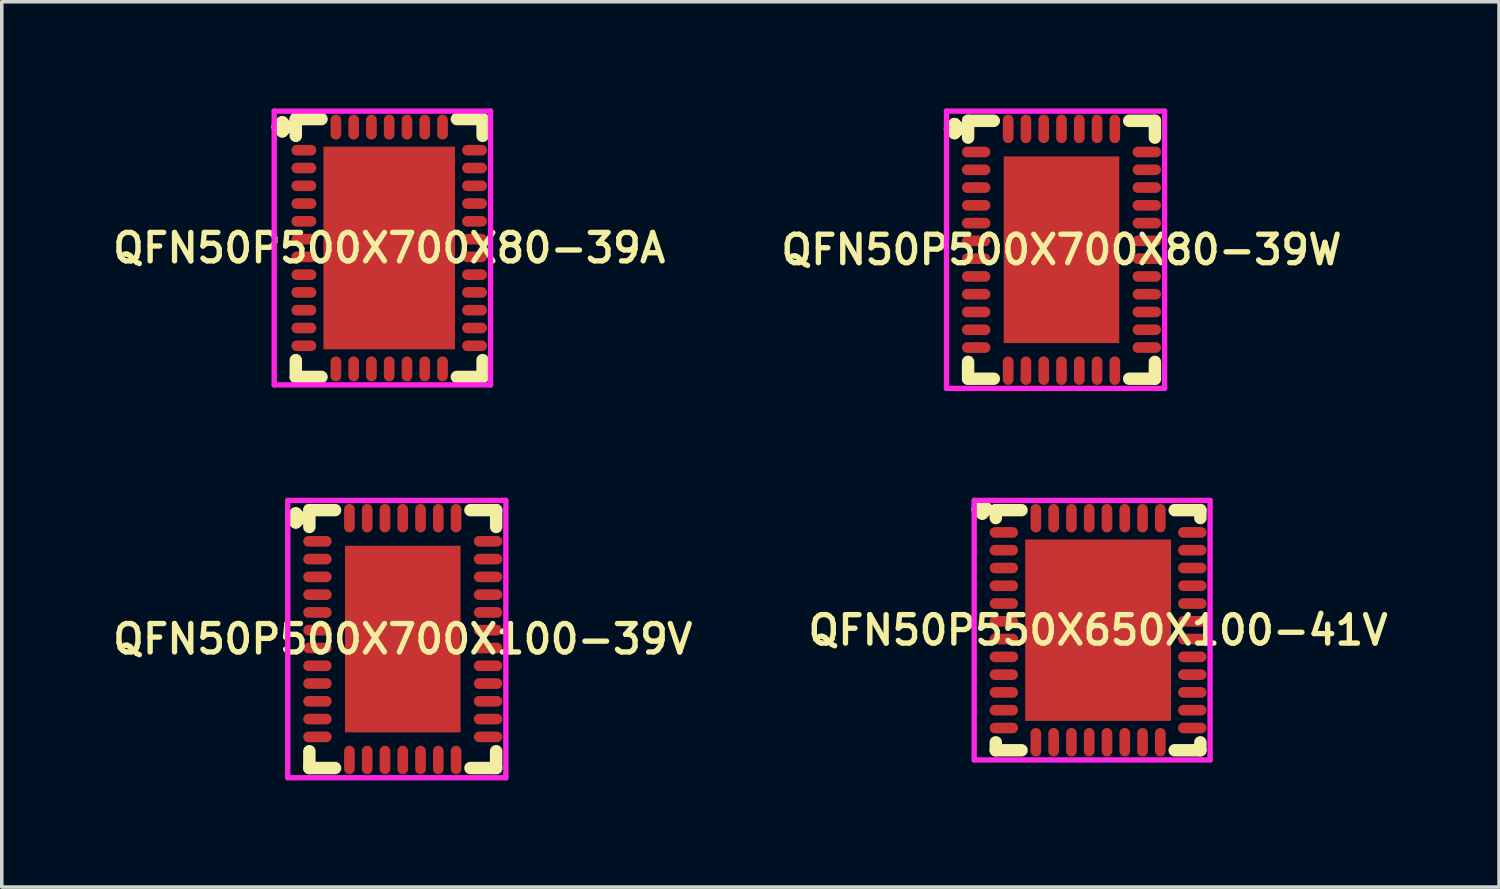
<source format=kicad_pcb>
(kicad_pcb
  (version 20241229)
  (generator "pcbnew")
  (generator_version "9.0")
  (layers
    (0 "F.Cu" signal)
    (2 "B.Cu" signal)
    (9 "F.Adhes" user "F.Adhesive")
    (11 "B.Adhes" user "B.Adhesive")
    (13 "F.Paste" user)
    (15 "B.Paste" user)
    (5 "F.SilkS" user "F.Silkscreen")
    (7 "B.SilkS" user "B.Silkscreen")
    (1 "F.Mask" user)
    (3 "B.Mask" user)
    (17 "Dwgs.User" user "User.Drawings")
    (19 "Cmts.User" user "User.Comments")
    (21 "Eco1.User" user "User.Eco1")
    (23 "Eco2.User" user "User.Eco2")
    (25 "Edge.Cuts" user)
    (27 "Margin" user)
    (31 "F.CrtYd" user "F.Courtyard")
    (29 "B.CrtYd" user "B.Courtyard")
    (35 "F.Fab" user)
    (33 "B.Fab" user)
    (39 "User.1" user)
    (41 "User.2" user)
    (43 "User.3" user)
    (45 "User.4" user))
  (footprint "QFN50P500X700X80-39W"
    (layer "F.Cu")
    (at 26.806 3.975)
    (property "Reference" "QFN50P500X700X80-39W" (at 0 0 0) (layer "F.SilkS") (effects (font (size 0.8 0.8) (thickness 0.15))))
    (attr smd)
    (fp_line (start -3.135 -3.408) (end -3.008 -3.535) (stroke (width 0.35) (type solid)) (layer "F.SilkS"))
    (fp_line (start -3.008 -3.535) (end -2.881 -3.408) (stroke (width 0.35) (type solid)) (layer "F.SilkS"))
    (fp_line (start -3.008 -3.281) (end -3.135 -3.408) (stroke (width 0.35) (type solid)) (layer "F.SilkS"))
    (fp_line (start -2.881 -3.408) (end -3.008 -3.281) (stroke (width 0.35) (type solid)) (layer "F.SilkS"))
    (fp_line (start -2.627 -3.627) (end -1.904 -3.627) (stroke (width 0.35) (type solid)) (layer "F.SilkS"))
    (fp_line (start -2.627 -3.154) (end -2.627 -3.627) (stroke (width 0.35) (type solid)) (layer "F.SilkS"))
    (fp_line (start -2.627 3.154) (end -2.627 3.627) (stroke (width 0.35) (type solid)) (layer "F.SilkS"))
    (fp_line (start -2.627 3.627) (end -1.904 3.627) (stroke (width 0.35) (type solid)) (layer "F.SilkS"))
    (fp_line (start 1.904 -3.627) (end 2.627 -3.627) (stroke (width 0.35) (type solid)) (layer "F.SilkS"))
    (fp_line (start 1.904 3.627) (end 2.627 3.627) (stroke (width 0.35) (type solid)) (layer "F.SilkS"))
    (fp_line (start 2.627 -3.627) (end 2.627 -3.154) (stroke (width 0.35) (type solid)) (layer "F.SilkS"))
    (fp_line (start 2.627 3.627) (end 2.627 3.154) (stroke (width 0.35) (type solid)) (layer "F.SilkS"))
    (fp_line (start -3.235 -3.9) (end 2.9 -3.9) (stroke (width 0.15) (type solid)) (layer "F.CrtYd"))
    (fp_line (start -3.235 3.9) (end -3.235 -3.9) (stroke (width 0.15) (type solid)) (layer "F.CrtYd"))
    (fp_line (start 2.9 -3.9) (end 2.9 3.9) (stroke (width 0.15) (type solid)) (layer "F.CrtYd"))
    (fp_line (start 2.9 3.9) (end -3.235 3.9) (stroke (width 0.15) (type solid)) (layer "F.CrtYd"))
    (pad "1" smd oval (at -2.4 -2.75) (size 0.8 0.3) (layers "F.Cu" "F.Mask" "F.Paste"))
    (pad "2" smd oval (at -2.4 -2.25) (size 0.8 0.3) (layers "F.Cu" "F.Mask" "F.Paste"))
    (pad "3" smd oval (at -2.4 -1.75) (size 0.8 0.3) (layers "F.Cu" "F.Mask" "F.Paste"))
    (pad "4" smd oval (at -2.4 -1.25) (size 0.8 0.3) (layers "F.Cu" "F.Mask" "F.Paste"))
    (pad "5" smd oval (at -2.4 -0.75) (size 0.8 0.3) (layers "F.Cu" "F.Mask" "F.Paste"))
    (pad "6" smd oval (at -2.4 -0.25) (size 0.8 0.3) (layers "F.Cu" "F.Mask" "F.Paste"))
    (pad "7" smd oval (at -2.4 0.25) (size 0.8 0.3) (layers "F.Cu" "F.Mask" "F.Paste"))
    (pad "8" smd oval (at -2.4 0.75) (size 0.8 0.3) (layers "F.Cu" "F.Mask" "F.Paste"))
    (pad "9" smd oval (at -2.4 1.25) (size 0.8 0.3) (layers "F.Cu" "F.Mask" "F.Paste"))
    (pad "10" smd oval (at -2.4 1.75) (size 0.8 0.3) (layers "F.Cu" "F.Mask" "F.Paste"))
    (pad "11" smd oval (at -2.4 2.25) (size 0.8 0.3) (layers "F.Cu" "F.Mask" "F.Paste"))
    (pad "12" smd oval (at -2.4 2.75) (size 0.8 0.3) (layers "F.Cu" "F.Mask" "F.Paste"))
    (pad "13" smd oval (at -1.5 3.4) (size 0.3 0.8) (layers "F.Cu" "F.Mask" "F.Paste"))
    (pad "14" smd oval (at -1 3.4) (size 0.3 0.8) (layers "F.Cu" "F.Mask" "F.Paste"))
    (pad "15" smd oval (at -0.5 3.4) (size 0.3 0.8) (layers "F.Cu" "F.Mask" "F.Paste"))
    (pad "16" smd oval (at 0 3.4) (size 0.3 0.8) (layers "F.Cu" "F.Mask" "F.Paste"))
    (pad "17" smd oval (at 0.5 3.4) (size 0.3 0.8) (layers "F.Cu" "F.Mask" "F.Paste"))
    (pad "18" smd oval (at 1 3.4) (size 0.3 0.8) (layers "F.Cu" "F.Mask" "F.Paste"))
    (pad "19" smd oval (at 1.5 3.4) (size 0.3 0.8) (layers "F.Cu" "F.Mask" "F.Paste"))
    (pad "20" smd oval (at 2.4 2.75) (size 0.8 0.3) (layers "F.Cu" "F.Mask" "F.Paste"))
    (pad "21" smd oval (at 2.4 2.25) (size 0.8 0.3) (layers "F.Cu" "F.Mask" "F.Paste"))
    (pad "22" smd oval (at 2.4 1.75) (size 0.8 0.3) (layers "F.Cu" "F.Mask" "F.Paste"))
    (pad "23" smd oval (at 2.4 1.25) (size 0.8 0.3) (layers "F.Cu" "F.Mask" "F.Paste"))
    (pad "24" smd oval (at 2.4 0.75) (size 0.8 0.3) (layers "F.Cu" "F.Mask" "F.Paste"))
    (pad "25" smd oval (at 2.4 0.25) (size 0.8 0.3) (layers "F.Cu" "F.Mask" "F.Paste"))
    (pad "26" smd oval (at 2.4 -0.25) (size 0.8 0.3) (layers "F.Cu" "F.Mask" "F.Paste"))
    (pad "27" smd oval (at 2.4 -0.75) (size 0.8 0.3) (layers "F.Cu" "F.Mask" "F.Paste"))
    (pad "28" smd oval (at 2.4 -1.25) (size 0.8 0.3) (layers "F.Cu" "F.Mask" "F.Paste"))
    (pad "29" smd oval (at 2.4 -1.75) (size 0.8 0.3) (layers "F.Cu" "F.Mask" "F.Paste"))
    (pad "30" smd oval (at 2.4 -2.25) (size 0.8 0.3) (layers "F.Cu" "F.Mask" "F.Paste"))
    (pad "31" smd oval (at 2.4 -2.75) (size 0.8 0.3) (layers "F.Cu" "F.Mask" "F.Paste"))
    (pad "32" smd oval (at 1.5 -3.4) (size 0.3 0.8) (layers "F.Cu" "F.Mask" "F.Paste"))
    (pad "33" smd oval (at 1 -3.4) (size 0.3 0.8) (layers "F.Cu" "F.Mask" "F.Paste"))
    (pad "34" smd oval (at 0.5 -3.4) (size 0.3 0.8) (layers "F.Cu" "F.Mask" "F.Paste"))
    (pad "35" smd oval (at 0 -3.4) (size 0.3 0.8) (layers "F.Cu" "F.Mask" "F.Paste"))
    (pad "36" smd oval (at -0.5 -3.4) (size 0.3 0.8) (layers "F.Cu" "F.Mask" "F.Paste"))
    (pad "37" smd oval (at -1 -3.4) (size 0.3 0.8) (layers "F.Cu" "F.Mask" "F.Paste"))
    (pad "38" smd oval (at -1.5 -3.4) (size 0.3 0.8) (layers "F.Cu" "F.Mask" "F.Paste"))
    (pad "39" smd rect (at 0 0) (size 3.25 5.25) (layers "F.Cu" "F.Mask" "F.Paste")))
  (footprint "QFN50P550X650X100-41V"
    (layer "F.Cu")
    (at 27.835 14.675)
    (property "Reference" "QFN50P550X650X100-41V" (at 0 0 0) (layer "F.SilkS") (effects (font (size 0.8 0.8) (thickness 0.15))))
    (attr through_hole)
    (fp_line (start -3.385 -3.408) (end -3.258 -3.535) (stroke (width 0.35) (type solid)) (layer "F.SilkS"))
    (fp_line (start -3.258 -3.535) (end -3.131 -3.408) (stroke (width 0.35) (type solid)) (layer "F.SilkS"))
    (fp_line (start -3.258 -3.281) (end -3.385 -3.408) (stroke (width 0.35) (type solid)) (layer "F.SilkS"))
    (fp_line (start -3.131 -3.408) (end -3.258 -3.281) (stroke (width 0.35) (type solid)) (layer "F.SilkS"))
    (fp_line (start -2.877 -3.377) (end -2.154 -3.377) (stroke (width 0.35) (type solid)) (layer "F.SilkS"))
    (fp_line (start -2.877 -3.154) (end -2.877 -3.377) (stroke (width 0.35) (type solid)) (layer "F.SilkS"))
    (fp_line (start -2.877 3.154) (end -2.877 3.377) (stroke (width 0.35) (type solid)) (layer "F.SilkS"))
    (fp_line (start -2.877 3.377) (end -2.154 3.377) (stroke (width 0.35) (type solid)) (layer "F.SilkS"))
    (fp_line (start 2.154 -3.377) (end 2.877 -3.377) (stroke (width 0.35) (type solid)) (layer "F.SilkS"))
    (fp_line (start 2.154 3.377) (end 2.877 3.377) (stroke (width 0.35) (type solid)) (layer "F.SilkS"))
    (fp_line (start 2.877 -3.377) (end 2.877 -3.154) (stroke (width 0.35) (type solid)) (layer "F.SilkS"))
    (fp_line (start 2.877 3.377) (end 2.877 3.154) (stroke (width 0.35) (type solid)) (layer "F.SilkS"))
    (fp_line (start -3.485 -3.65) (end 3.15 -3.65) (stroke (width 0.15) (type solid)) (layer "F.CrtYd"))
    (fp_line (start -3.485 3.65) (end -3.485 -3.65) (stroke (width 0.15) (type solid)) (layer "F.CrtYd"))
    (fp_line (start 3.15 -3.65) (end 3.15 3.65) (stroke (width 0.15) (type solid)) (layer "F.CrtYd"))
    (fp_line (start 3.15 3.65) (end -3.485 3.65) (stroke (width 0.15) (type solid)) (layer "F.CrtYd"))
    (pad "1" smd oval (at -2.65 -2.75) (size 0.8 0.3) (layers "F.Cu" "F.Mask" "F.Paste"))
    (pad "2" smd oval (at -2.65 -2.25) (size 0.8 0.3) (layers "F.Cu" "F.Mask" "F.Paste"))
    (pad "3" smd oval (at -2.65 -1.75) (size 0.8 0.3) (layers "F.Cu" "F.Mask" "F.Paste"))
    (pad "4" smd oval (at -2.65 -1.25) (size 0.8 0.3) (layers "F.Cu" "F.Mask" "F.Paste"))
    (pad "5" smd oval (at -2.65 -0.75) (size 0.8 0.3) (layers "F.Cu" "F.Mask" "F.Paste"))
    (pad "6" smd oval (at -2.65 -0.25) (size 0.8 0.3) (layers "F.Cu" "F.Mask" "F.Paste"))
    (pad "7" smd oval (at -2.65 0.25) (size 0.8 0.3) (layers "F.Cu" "F.Mask" "F.Paste"))
    (pad "8" smd oval (at -2.65 0.75) (size 0.8 0.3) (layers "F.Cu" "F.Mask" "F.Paste"))
    (pad "9" smd oval (at -2.65 1.25) (size 0.8 0.3) (layers "F.Cu" "F.Mask" "F.Paste"))
    (pad "10" smd oval (at -2.65 1.75) (size 0.8 0.3) (layers "F.Cu" "F.Mask" "F.Paste"))
    (pad "11" smd oval (at -2.65 2.25) (size 0.8 0.3) (layers "F.Cu" "F.Mask" "F.Paste"))
    (pad "12" smd oval (at -2.65 2.75) (size 0.8 0.3) (layers "F.Cu" "F.Mask" "F.Paste"))
    (pad "13" smd oval (at -1.75 3.15) (size 0.3 0.8) (layers "F.Cu" "F.Mask" "F.Paste"))
    (pad "14" smd oval (at -1.25 3.15) (size 0.3 0.8) (layers "F.Cu" "F.Mask" "F.Paste"))
    (pad "15" smd oval (at -0.75 3.15) (size 0.3 0.8) (layers "F.Cu" "F.Mask" "F.Paste"))
    (pad "16" smd oval (at -0.25 3.15) (size 0.3 0.8) (layers "F.Cu" "F.Mask" "F.Paste"))
    (pad "17" smd oval (at 0.25 3.15) (size 0.3 0.8) (layers "F.Cu" "F.Mask" "F.Paste"))
    (pad "18" smd oval (at 0.75 3.15) (size 0.3 0.8) (layers "F.Cu" "F.Mask" "F.Paste"))
    (pad "19" smd oval (at 1.25 3.15) (size 0.3 0.8) (layers "F.Cu" "F.Mask" "F.Paste"))
    (pad "20" smd oval (at 1.75 3.15) (size 0.3 0.8) (layers "F.Cu" "F.Mask" "F.Paste"))
    (pad "21" smd oval (at 2.65 2.75) (size 0.8 0.3) (layers "F.Cu" "F.Mask" "F.Paste"))
    (pad "22" smd oval (at 2.65 2.25) (size 0.8 0.3) (layers "F.Cu" "F.Mask" "F.Paste"))
    (pad "23" smd oval (at 2.65 1.75) (size 0.8 0.3) (layers "F.Cu" "F.Mask" "F.Paste"))
    (pad "24" smd oval (at 2.65 1.25) (size 0.8 0.3) (layers "F.Cu" "F.Mask" "F.Paste"))
    (pad "25" smd oval (at 2.65 0.75) (size 0.8 0.3) (layers "F.Cu" "F.Mask" "F.Paste"))
    (pad "26" smd oval (at 2.65 0.25) (size 0.8 0.3) (layers "F.Cu" "F.Mask" "F.Paste"))
    (pad "27" smd oval (at 2.65 -0.25) (size 0.8 0.3) (layers "F.Cu" "F.Mask" "F.Paste"))
    (pad "28" smd oval (at 2.65 -0.75) (size 0.8 0.3) (layers "F.Cu" "F.Mask" "F.Paste"))
    (pad "29" smd oval (at 2.65 -1.25) (size 0.8 0.3) (layers "F.Cu" "F.Mask" "F.Paste"))
    (pad "30" smd oval (at 2.65 -1.75) (size 0.8 0.3) (layers "F.Cu" "F.Mask" "F.Paste"))
    (pad "31" smd oval (at 2.65 -2.25) (size 0.8 0.3) (layers "F.Cu" "F.Mask" "F.Paste"))
    (pad "32" smd oval (at 2.65 -2.75) (size 0.8 0.3) (layers "F.Cu" "F.Mask" "F.Paste"))
    (pad "33" smd oval (at 1.75 -3.15) (size 0.3 0.8) (layers "F.Cu" "F.Mask" "F.Paste"))
    (pad "34" smd oval (at 1.25 -3.15) (size 0.3 0.8) (layers "F.Cu" "F.Mask" "F.Paste"))
    (pad "35" smd oval (at 0.75 -3.15) (size 0.3 0.8) (layers "F.Cu" "F.Mask" "F.Paste"))
    (pad "36" smd oval (at 0.25 -3.15) (size 0.3 0.8) (layers "F.Cu" "F.Mask" "F.Paste"))
    (pad "37" smd oval (at -0.25 -3.15) (size 0.3 0.8) (layers "F.Cu" "F.Mask" "F.Paste"))
    (pad "38" smd oval (at -0.75 -3.15) (size 0.3 0.8) (layers "F.Cu" "F.Mask" "F.Paste"))
    (pad "39" smd oval (at -1.25 -3.15) (size 0.3 0.8) (layers "F.Cu" "F.Mask" "F.Paste"))
    (pad "40" smd oval (at -1.75 -3.15) (size 0.3 0.8) (layers "F.Cu" "F.Mask" "F.Paste"))
    (pad "41" smd rect (at 0 0) (size 4.1 5.1) (layers "F.Cu" "F.Mask" "F.Paste")))
  (footprint "QFN50P500X700X80-39A"
    (layer "F.Cu")
    (at 7.897 3.925)
    (property "Reference" "QFN50P500X700X80-39A" (at 0 0 0) (layer "F.SilkS") (effects (font (size 0.8 0.8) (thickness 0.15))))
    (attr through_hole)
    (fp_line (start -3.135 -3.408) (end -3.008 -3.535) (stroke (width 0.35) (type solid)) (layer "F.SilkS"))
    (fp_line (start -3.008 -3.535) (end -2.881 -3.408) (stroke (width 0.35) (type solid)) (layer "F.SilkS"))
    (fp_line (start -3.008 -3.281) (end -3.135 -3.408) (stroke (width 0.35) (type solid)) (layer "F.SilkS"))
    (fp_line (start -2.881 -3.408) (end -3.008 -3.281) (stroke (width 0.35) (type solid)) (layer "F.SilkS"))
    (fp_line (start -2.627 -3.627) (end -1.904 -3.627) (stroke (width 0.35) (type solid)) (layer "F.SilkS"))
    (fp_line (start -2.627 -3.154) (end -2.627 -3.627) (stroke (width 0.35) (type solid)) (layer "F.SilkS"))
    (fp_line (start -2.627 3.154) (end -2.627 3.627) (stroke (width 0.35) (type solid)) (layer "F.SilkS"))
    (fp_line (start -2.627 3.627) (end -1.904 3.627) (stroke (width 0.35) (type solid)) (layer "F.SilkS"))
    (fp_line (start 1.904 -3.627) (end 2.627 -3.627) (stroke (width 0.35) (type solid)) (layer "F.SilkS"))
    (fp_line (start 1.904 3.627) (end 2.627 3.627) (stroke (width 0.35) (type solid)) (layer "F.SilkS"))
    (fp_line (start 2.627 -3.627) (end 2.627 -3.154) (stroke (width 0.35) (type solid)) (layer "F.SilkS"))
    (fp_line (start 2.627 3.627) (end 2.627 3.154) (stroke (width 0.35) (type solid)) (layer "F.SilkS"))
    (fp_line (start -3.235 -3.85) (end 2.85 -3.85) (stroke (width 0.15) (type solid)) (layer "F.CrtYd"))
    (fp_line (start -3.235 3.85) (end -3.235 -3.85) (stroke (width 0.15) (type solid)) (layer "F.CrtYd"))
    (fp_line (start 2.85 -3.85) (end 2.85 3.85) (stroke (width 0.15) (type solid)) (layer "F.CrtYd"))
    (fp_line (start 2.85 3.85) (end -3.235 3.85) (stroke (width 0.15) (type solid)) (layer "F.CrtYd"))
    (pad "1" smd oval (at -2.4 -2.75) (size 0.7 0.3) (layers "F.Cu" "F.Mask" "F.Paste"))
    (pad "2" smd oval (at -2.4 -2.25) (size 0.7 0.3) (layers "F.Cu" "F.Mask" "F.Paste"))
    (pad "3" smd oval (at -2.4 -1.75) (size 0.7 0.3) (layers "F.Cu" "F.Mask" "F.Paste"))
    (pad "4" smd oval (at -2.4 -1.25) (size 0.7 0.3) (layers "F.Cu" "F.Mask" "F.Paste"))
    (pad "5" smd oval (at -2.4 -0.75) (size 0.7 0.3) (layers "F.Cu" "F.Mask" "F.Paste"))
    (pad "6" smd oval (at -2.4 -0.25) (size 0.7 0.3) (layers "F.Cu" "F.Mask" "F.Paste"))
    (pad "7" smd oval (at -2.4 0.25) (size 0.7 0.3) (layers "F.Cu" "F.Mask" "F.Paste"))
    (pad "8" smd oval (at -2.4 0.75) (size 0.7 0.3) (layers "F.Cu" "F.Mask" "F.Paste"))
    (pad "9" smd oval (at -2.4 1.25) (size 0.7 0.3) (layers "F.Cu" "F.Mask" "F.Paste"))
    (pad "10" smd oval (at -2.4 1.75) (size 0.7 0.3) (layers "F.Cu" "F.Mask" "F.Paste"))
    (pad "11" smd oval (at -2.4 2.25) (size 0.7 0.3) (layers "F.Cu" "F.Mask" "F.Paste"))
    (pad "12" smd oval (at -2.4 2.75) (size 0.7 0.3) (layers "F.Cu" "F.Mask" "F.Paste"))
    (pad "13" smd oval (at -1.5 3.4) (size 0.3 0.7) (layers "F.Cu" "F.Mask" "F.Paste"))
    (pad "14" smd oval (at -1 3.4) (size 0.3 0.7) (layers "F.Cu" "F.Mask" "F.Paste"))
    (pad "15" smd oval (at -0.5 3.4) (size 0.3 0.7) (layers "F.Cu" "F.Mask" "F.Paste"))
    (pad "16" smd oval (at 0 3.4) (size 0.3 0.7) (layers "F.Cu" "F.Mask" "F.Paste"))
    (pad "17" smd oval (at 0.5 3.4) (size 0.3 0.7) (layers "F.Cu" "F.Mask" "F.Paste"))
    (pad "18" smd oval (at 1 3.4) (size 0.3 0.7) (layers "F.Cu" "F.Mask" "F.Paste"))
    (pad "19" smd oval (at 1.5 3.4) (size 0.3 0.7) (layers "F.Cu" "F.Mask" "F.Paste"))
    (pad "20" smd oval (at 2.4 2.75) (size 0.7 0.3) (layers "F.Cu" "F.Mask" "F.Paste"))
    (pad "21" smd oval (at 2.4 2.25) (size 0.7 0.3) (layers "F.Cu" "F.Mask" "F.Paste"))
    (pad "22" smd oval (at 2.4 1.75) (size 0.7 0.3) (layers "F.Cu" "F.Mask" "F.Paste"))
    (pad "23" smd oval (at 2.4 1.25) (size 0.7 0.3) (layers "F.Cu" "F.Mask" "F.Paste"))
    (pad "24" smd oval (at 2.4 0.75) (size 0.7 0.3) (layers "F.Cu" "F.Mask" "F.Paste"))
    (pad "25" smd oval (at 2.4 0.25) (size 0.7 0.3) (layers "F.Cu" "F.Mask" "F.Paste"))
    (pad "26" smd oval (at 2.4 -0.25) (size 0.7 0.3) (layers "F.Cu" "F.Mask" "F.Paste"))
    (pad "27" smd oval (at 2.4 -0.75) (size 0.7 0.3) (layers "F.Cu" "F.Mask" "F.Paste"))
    (pad "28" smd oval (at 2.4 -1.25) (size 0.7 0.3) (layers "F.Cu" "F.Mask" "F.Paste"))
    (pad "29" smd oval (at 2.4 -1.75) (size 0.7 0.3) (layers "F.Cu" "F.Mask" "F.Paste"))
    (pad "30" smd oval (at 2.4 -2.25) (size 0.7 0.3) (layers "F.Cu" "F.Mask" "F.Paste"))
    (pad "31" smd oval (at 2.4 -2.75) (size 0.7 0.3) (layers "F.Cu" "F.Mask" "F.Paste"))
    (pad "32" smd oval (at 1.5 -3.4) (size 0.3 0.7) (layers "F.Cu" "F.Mask" "F.Paste"))
    (pad "33" smd oval (at 1 -3.4) (size 0.3 0.7) (layers "F.Cu" "F.Mask" "F.Paste"))
    (pad "34" smd oval (at 0.5 -3.4) (size 0.3 0.7) (layers "F.Cu" "F.Mask" "F.Paste"))
    (pad "35" smd oval (at 0 -3.4) (size 0.3 0.7) (layers "F.Cu" "F.Mask" "F.Paste"))
    (pad "36" smd oval (at -0.5 -3.4) (size 0.3 0.7) (layers "F.Cu" "F.Mask" "F.Paste"))
    (pad "37" smd oval (at -1 -3.4) (size 0.3 0.7) (layers "F.Cu" "F.Mask" "F.Paste"))
    (pad "38" smd oval (at -1.5 -3.4) (size 0.3 0.7) (layers "F.Cu" "F.Mask" "F.Paste"))
    (pad "39" smd rect (at 0 0) (size 3.7 5.7) (layers "F.Cu" "F.Mask" "F.Paste")))
  (footprint "QFN50P500X700X100-39V"
    (layer "F.Cu")
    (at 8.278 14.925)
    (property "Reference" "QFN50P500X700X100-39V" (at 0 0 0) (layer "F.SilkS") (effects (font (size 0.8 0.8) (thickness 0.15))))
    (attr smd)
    (fp_line (start -3.135 -3.408) (end -3.008 -3.535) (stroke (width 0.35) (type solid)) (layer "F.SilkS"))
    (fp_line (start -3.008 -3.535) (end -2.881 -3.408) (stroke (width 0.35) (type solid)) (layer "F.SilkS"))
    (fp_line (start -3.008 -3.281) (end -3.135 -3.408) (stroke (width 0.35) (type solid)) (layer "F.SilkS"))
    (fp_line (start -2.881 -3.408) (end -3.008 -3.281) (stroke (width 0.35) (type solid)) (layer "F.SilkS"))
    (fp_line (start -2.627 -3.627) (end -1.904 -3.627) (stroke (width 0.35) (type solid)) (layer "F.SilkS"))
    (fp_line (start -2.627 -3.154) (end -2.627 -3.627) (stroke (width 0.35) (type solid)) (layer "F.SilkS"))
    (fp_line (start -2.627 3.154) (end -2.627 3.627) (stroke (width 0.35) (type solid)) (layer "F.SilkS"))
    (fp_line (start -2.627 3.627) (end -1.904 3.627) (stroke (width 0.35) (type solid)) (layer "F.SilkS"))
    (fp_line (start 1.904 -3.627) (end 2.627 -3.627) (stroke (width 0.35) (type solid)) (layer "F.SilkS"))
    (fp_line (start 1.904 3.627) (end 2.627 3.627) (stroke (width 0.35) (type solid)) (layer "F.SilkS"))
    (fp_line (start 2.627 -3.627) (end 2.627 -3.154) (stroke (width 0.35) (type solid)) (layer "F.SilkS"))
    (fp_line (start 2.627 3.627) (end 2.627 3.154) (stroke (width 0.35) (type solid)) (layer "F.SilkS"))
    (fp_line (start -3.235 -3.9) (end 2.9 -3.9) (stroke (width 0.15) (type solid)) (layer "F.CrtYd"))
    (fp_line (start -3.235 3.9) (end -3.235 -3.9) (stroke (width 0.15) (type solid)) (layer "F.CrtYd"))
    (fp_line (start 2.9 -3.9) (end 2.9 3.9) (stroke (width 0.15) (type solid)) (layer "F.CrtYd"))
    (fp_line (start 2.9 3.9) (end -3.235 3.9) (stroke (width 0.15) (type solid)) (layer "F.CrtYd"))
    (pad "1" smd oval (at -2.4 -2.75) (size 0.8 0.3) (layers "F.Cu" "F.Mask" "F.Paste"))
    (pad "2" smd oval (at -2.4 -2.25) (size 0.8 0.3) (layers "F.Cu" "F.Mask" "F.Paste"))
    (pad "3" smd oval (at -2.4 -1.75) (size 0.8 0.3) (layers "F.Cu" "F.Mask" "F.Paste"))
    (pad "4" smd oval (at -2.4 -1.25) (size 0.8 0.3) (layers "F.Cu" "F.Mask" "F.Paste"))
    (pad "5" smd oval (at -2.4 -0.75) (size 0.8 0.3) (layers "F.Cu" "F.Mask" "F.Paste"))
    (pad "6" smd oval (at -2.4 -0.25) (size 0.8 0.3) (layers "F.Cu" "F.Mask" "F.Paste"))
    (pad "7" smd oval (at -2.4 0.25) (size 0.8 0.3) (layers "F.Cu" "F.Mask" "F.Paste"))
    (pad "8" smd oval (at -2.4 0.75) (size 0.8 0.3) (layers "F.Cu" "F.Mask" "F.Paste"))
    (pad "9" smd oval (at -2.4 1.25) (size 0.8 0.3) (layers "F.Cu" "F.Mask" "F.Paste"))
    (pad "10" smd oval (at -2.4 1.75) (size 0.8 0.3) (layers "F.Cu" "F.Mask" "F.Paste"))
    (pad "11" smd oval (at -2.4 2.25) (size 0.8 0.3) (layers "F.Cu" "F.Mask" "F.Paste"))
    (pad "12" smd oval (at -2.4 2.75) (size 0.8 0.3) (layers "F.Cu" "F.Mask" "F.Paste"))
    (pad "13" smd oval (at -1.5 3.4) (size 0.3 0.8) (layers "F.Cu" "F.Mask" "F.Paste"))
    (pad "14" smd oval (at -1 3.4) (size 0.3 0.8) (layers "F.Cu" "F.Mask" "F.Paste"))
    (pad "15" smd oval (at -0.5 3.4) (size 0.3 0.8) (layers "F.Cu" "F.Mask" "F.Paste"))
    (pad "16" smd oval (at 0 3.4) (size 0.3 0.8) (layers "F.Cu" "F.Mask" "F.Paste"))
    (pad "17" smd oval (at 0.5 3.4) (size 0.3 0.8) (layers "F.Cu" "F.Mask" "F.Paste"))
    (pad "18" smd oval (at 1 3.4) (size 0.3 0.8) (layers "F.Cu" "F.Mask" "F.Paste"))
    (pad "19" smd oval (at 1.5 3.4) (size 0.3 0.8) (layers "F.Cu" "F.Mask" "F.Paste"))
    (pad "20" smd oval (at 2.4 2.75) (size 0.8 0.3) (layers "F.Cu" "F.Mask" "F.Paste"))
    (pad "21" smd oval (at 2.4 2.25) (size 0.8 0.3) (layers "F.Cu" "F.Mask" "F.Paste"))
    (pad "22" smd oval (at 2.4 1.75) (size 0.8 0.3) (layers "F.Cu" "F.Mask" "F.Paste"))
    (pad "23" smd oval (at 2.4 1.25) (size 0.8 0.3) (layers "F.Cu" "F.Mask" "F.Paste"))
    (pad "24" smd oval (at 2.4 0.75) (size 0.8 0.3) (layers "F.Cu" "F.Mask" "F.Paste"))
    (pad "25" smd oval (at 2.4 0.25) (size 0.8 0.3) (layers "F.Cu" "F.Mask" "F.Paste"))
    (pad "26" smd oval (at 2.4 -0.25) (size 0.8 0.3) (layers "F.Cu" "F.Mask" "F.Paste"))
    (pad "27" smd oval (at 2.4 -0.75) (size 0.8 0.3) (layers "F.Cu" "F.Mask" "F.Paste"))
    (pad "28" smd oval (at 2.4 -1.25) (size 0.8 0.3) (layers "F.Cu" "F.Mask" "F.Paste"))
    (pad "29" smd oval (at 2.4 -1.75) (size 0.8 0.3) (layers "F.Cu" "F.Mask" "F.Paste"))
    (pad "30" smd oval (at 2.4 -2.25) (size 0.8 0.3) (layers "F.Cu" "F.Mask" "F.Paste"))
    (pad "31" smd oval (at 2.4 -2.75) (size 0.8 0.3) (layers "F.Cu" "F.Mask" "F.Paste"))
    (pad "32" smd oval (at 1.5 -3.4) (size 0.3 0.8) (layers "F.Cu" "F.Mask" "F.Paste"))
    (pad "33" smd oval (at 1 -3.4) (size 0.3 0.8) (layers "F.Cu" "F.Mask" "F.Paste"))
    (pad "34" smd oval (at 0.5 -3.4) (size 0.3 0.8) (layers "F.Cu" "F.Mask" "F.Paste"))
    (pad "35" smd oval (at 0 -3.4) (size 0.3 0.8) (layers "F.Cu" "F.Mask" "F.Paste"))
    (pad "36" smd oval (at -0.5 -3.4) (size 0.3 0.8) (layers "F.Cu" "F.Mask" "F.Paste"))
    (pad "37" smd oval (at -1 -3.4) (size 0.3 0.8) (layers "F.Cu" "F.Mask" "F.Paste"))
    (pad "38" smd oval (at -1.5 -3.4) (size 0.3 0.8) (layers "F.Cu" "F.Mask" "F.Paste"))
    (pad "39" smd rect (at 0 0) (size 3.25 5.25) (layers "F.Cu" "F.Mask" "F.Paste")))
  (gr_rect
    (start -3 -3)
    (end 39.113 21.9)
    (stroke (width 0.1) (type default))
    (fill no)
    (layer "Edge.Cuts")))
</source>
